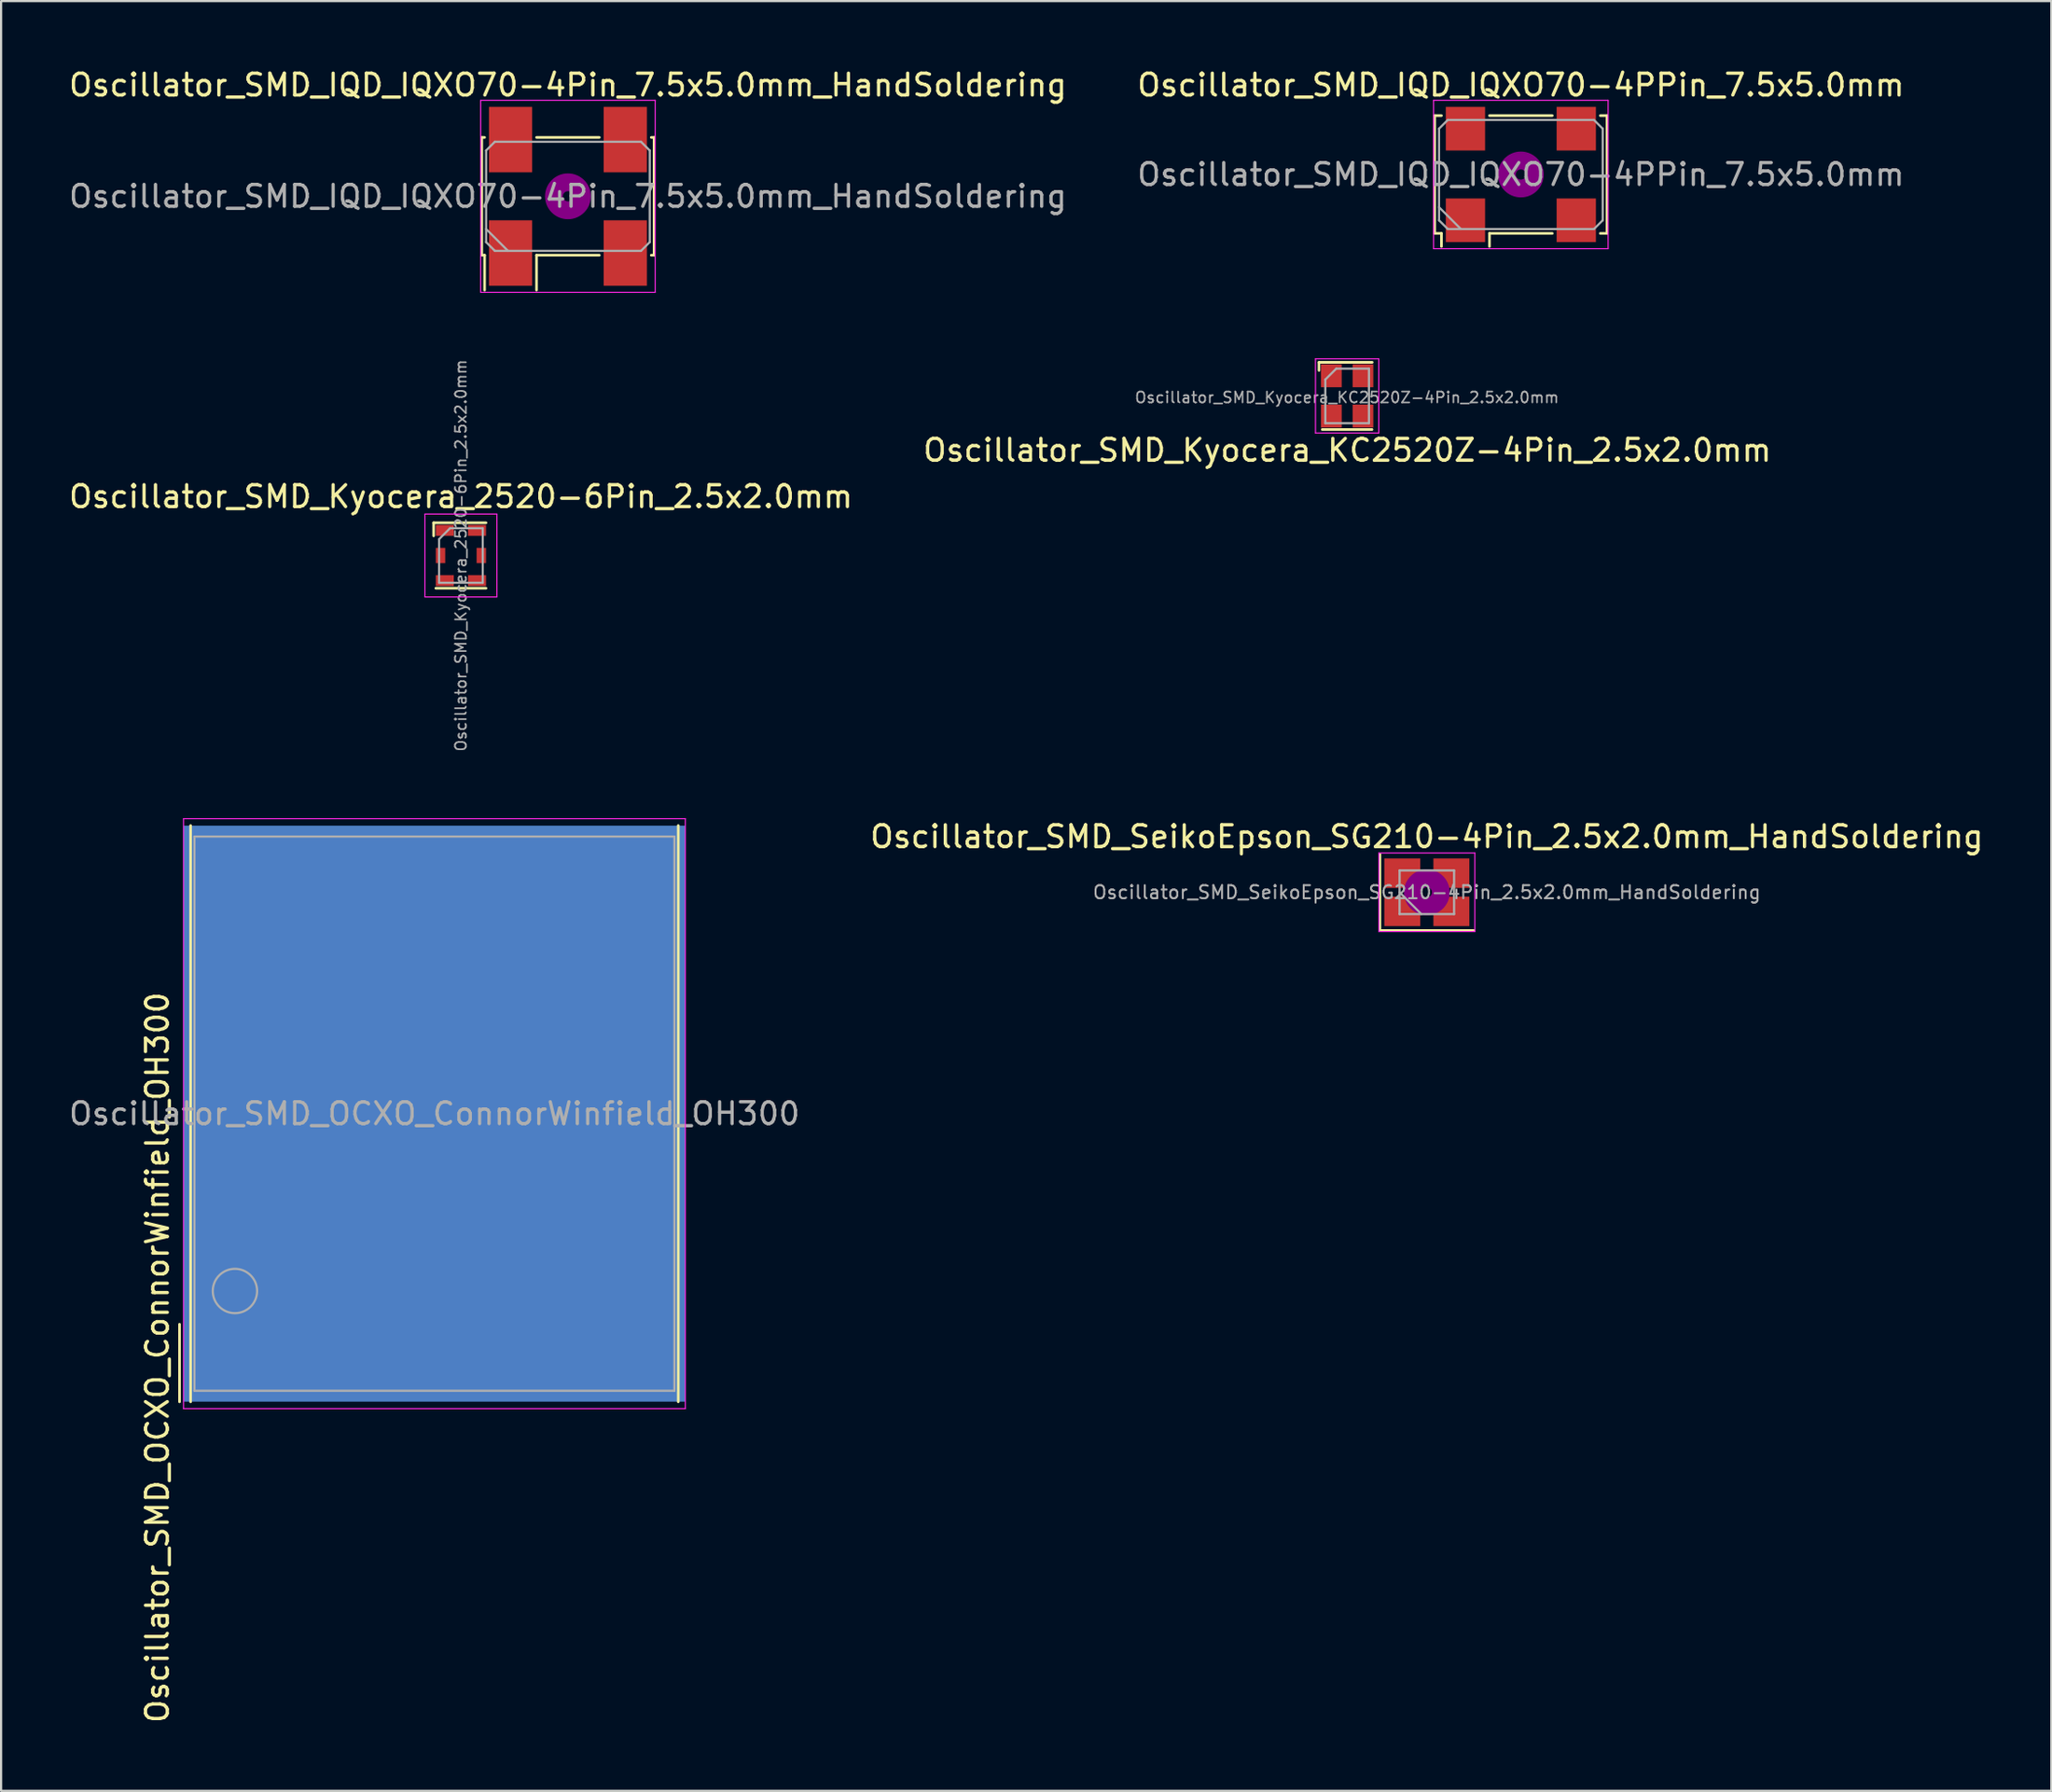
<source format=kicad_pcb>
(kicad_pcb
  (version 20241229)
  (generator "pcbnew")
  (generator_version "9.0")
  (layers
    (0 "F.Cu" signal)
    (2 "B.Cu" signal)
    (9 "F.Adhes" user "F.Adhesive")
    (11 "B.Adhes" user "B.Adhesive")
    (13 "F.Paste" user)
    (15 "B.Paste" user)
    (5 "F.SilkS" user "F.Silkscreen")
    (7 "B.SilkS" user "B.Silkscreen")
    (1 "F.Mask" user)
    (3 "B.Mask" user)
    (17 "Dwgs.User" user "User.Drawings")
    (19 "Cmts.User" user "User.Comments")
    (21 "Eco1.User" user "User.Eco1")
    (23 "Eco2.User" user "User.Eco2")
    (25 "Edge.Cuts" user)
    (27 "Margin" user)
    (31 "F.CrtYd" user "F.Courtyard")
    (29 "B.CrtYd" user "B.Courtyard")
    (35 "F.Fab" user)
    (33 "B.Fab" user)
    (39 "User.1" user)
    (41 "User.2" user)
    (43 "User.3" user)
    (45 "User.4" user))
  (footprint "Oscillator_SMD_SeikoEpson_SG210-4Pin_2.5x2.0mm_HandSoldering"
    (layer "F.Cu")
    (at 62.351 37.849)
    (property "Reference" "Oscillator_SMD_SeikoEpson_SG210-4Pin_2.5x2.0mm_HandSoldering" (at 0 -2.55 0) (layer "F.SilkS") (effects (font (size 1 1) (thickness 0.15))))
    (attr smd)
    (fp_line (start -2.15 -1.75) (end -2.15 1.75) (stroke (width 0.12) (type solid)) (layer "F.SilkS"))
    (fp_line (start -2.15 1.75) (end 2.15 1.75) (stroke (width 0.12) (type solid)) (layer "F.SilkS"))
    (fp_circle (center 0 0) (end 0.233 0) (stroke (width 0.467) (type solid)) (fill no) (layer "F.Adhes"))
    (fp_circle (center 0 0) (end 0.533 0) (stroke (width 0.333) (type solid)) (fill no) (layer "F.Adhes"))
    (fp_circle (center 0 0) (end 0.833 0) (stroke (width 0.333) (type solid)) (fill no) (layer "F.Adhes"))
    (fp_circle (center 0 0) (end 1 0) (stroke (width 0.1) (type solid)) (fill no) (layer "F.Adhes"))
    (fp_line (start -2.2 -1.8) (end -2.2 1.8) (stroke (width 0.05) (type solid)) (layer "F.CrtYd"))
    (fp_line (start -2.2 1.8) (end 2.2 1.8) (stroke (width 0.05) (type solid)) (layer "F.CrtYd"))
    (fp_line (start 2.2 -1.8) (end -2.2 -1.8) (stroke (width 0.05) (type solid)) (layer "F.CrtYd"))
    (fp_line (start 2.2 1.8) (end 2.2 -1.8) (stroke (width 0.05) (type solid)) (layer "F.CrtYd"))
    (fp_line (start -1.25 -1) (end -1.25 1) (stroke (width 0.1) (type solid)) (layer "F.Fab"))
    (fp_line (start -1.25 0) (end -0.25 1) (stroke (width 0.1) (type solid)) (layer "F.Fab"))
    (fp_line (start -1.25 1) (end 1.25 1) (stroke (width 0.1) (type solid)) (layer "F.Fab"))
    (fp_line (start 1.25 -1) (end -1.25 -1) (stroke (width 0.1) (type solid)) (layer "F.Fab"))
    (fp_line (start 1.25 1) (end 1.25 -1) (stroke (width 0.1) (type solid)) (layer "F.Fab"))
    (fp_text user "${REFERENCE}" (at 0 0 0) (layer "F.Fab") (effects (font (size 0.6 0.6) (thickness 0.09))))
    (pad "1" smd rect (at -1.125 0.875) (size 1.65 1.35) (layers "F.Cu" "F.Mask" "F.Paste"))
    (pad "2" smd rect (at 1.125 0.875) (size 1.65 1.35) (layers "F.Cu" "F.Mask" "F.Paste"))
    (pad "3" smd rect (at 1.125 -0.875) (size 1.65 1.35) (layers "F.Cu" "F.Mask" "F.Paste"))
    (pad "4" smd rect (at -1.125 -0.875) (size 1.65 1.35) (layers "F.Cu" "F.Mask" "F.Paste")))
  (footprint "Oscillator_SMD_IQD_IQXO70-4PPin_7.5x5.0mm"
    (layer "F.Cu")
    (at 66.661 4.948)
    (property "Reference" "Oscillator_SMD_IQD_IQXO70-4PPin_7.5x5.0mm" (at 0 -4.1 0) (layer "F.SilkS") (effects (font (size 1 1) (thickness 0.15))))
    (attr smd)
    (fp_line (start -3.95 -2.7) (end -3.64 -2.7) (stroke (width 0.12) (type solid)) (layer "F.SilkS"))
    (fp_line (start -3.95 2.7) (end -3.95 -2.7) (stroke (width 0.12) (type solid)) (layer "F.SilkS"))
    (fp_line (start -3.64 2.7) (end -3.95 2.7) (stroke (width 0.12) (type solid)) (layer "F.SilkS"))
    (fp_line (start -3.64 3.3) (end -3.64 2.7) (stroke (width 0.12) (type solid)) (layer "F.SilkS"))
    (fp_line (start -1.44 -2.7) (end 1.44 -2.7) (stroke (width 0.12) (type solid)) (layer "F.SilkS"))
    (fp_line (start -1.44 2.7) (end -1.44 3.3) (stroke (width 0.12) (type solid)) (layer "F.SilkS"))
    (fp_line (start 1.44 2.7) (end -1.44 2.7) (stroke (width 0.12) (type solid)) (layer "F.SilkS"))
    (fp_line (start 3.64 -2.7) (end 3.95 -2.7) (stroke (width 0.12) (type solid)) (layer "F.SilkS"))
    (fp_line (start 3.95 -2.7) (end 3.95 2.7) (stroke (width 0.12) (type solid)) (layer "F.SilkS"))
    (fp_line (start 3.95 2.7) (end 3.64 2.7) (stroke (width 0.12) (type solid)) (layer "F.SilkS"))
    (fp_circle (center 0 0) (end 0.233 0) (stroke (width 0.467) (type solid)) (fill no) (layer "F.Adhes"))
    (fp_circle (center 0 0) (end 0.533 0) (stroke (width 0.333) (type solid)) (fill no) (layer "F.Adhes"))
    (fp_circle (center 0 0) (end 0.833 0) (stroke (width 0.333) (type solid)) (fill no) (layer "F.Adhes"))
    (fp_circle (center 0 0) (end 1 0) (stroke (width 0.1) (type solid)) (fill no) (layer "F.Adhes"))
    (fp_line (start -4 -3.4) (end -4 3.4) (stroke (width 0.05) (type solid)) (layer "F.CrtYd"))
    (fp_line (start -4 3.4) (end 4 3.4) (stroke (width 0.05) (type solid)) (layer "F.CrtYd"))
    (fp_line (start 4 -3.4) (end -4 -3.4) (stroke (width 0.05) (type solid)) (layer "F.CrtYd"))
    (fp_line (start 4 3.4) (end 4 -3.4) (stroke (width 0.05) (type solid)) (layer "F.CrtYd"))
    (fp_line (start -3.75 -2.1) (end -3.35 -2.5) (stroke (width 0.1) (type solid)) (layer "F.Fab"))
    (fp_line (start -3.75 1.5) (end -2.75 2.5) (stroke (width 0.1) (type solid)) (layer "F.Fab"))
    (fp_line (start -3.75 2.1) (end -3.75 -2.1) (stroke (width 0.1) (type solid)) (layer "F.Fab"))
    (fp_line (start -3.35 -2.5) (end 3.35 -2.5) (stroke (width 0.1) (type solid)) (layer "F.Fab"))
    (fp_line (start -3.35 2.5) (end -3.75 2.1) (stroke (width 0.1) (type solid)) (layer "F.Fab"))
    (fp_line (start 3.35 -2.5) (end 3.75 -2.1) (stroke (width 0.1) (type solid)) (layer "F.Fab"))
    (fp_line (start 3.35 2.5) (end -3.35 2.5) (stroke (width 0.1) (type solid)) (layer "F.Fab"))
    (fp_line (start 3.75 -2.1) (end 3.75 2.1) (stroke (width 0.1) (type solid)) (layer "F.Fab"))
    (fp_line (start 3.75 2.1) (end 3.35 2.5) (stroke (width 0.1) (type solid)) (layer "F.Fab"))
    (fp_text user "${REFERENCE}" (at 0 0 0) (layer "F.Fab") (effects (font (size 1 1) (thickness 0.15))))
    (pad "1" smd rect (at -2.54 2.1) (size 1.8 2) (layers "F.Cu" "F.Mask" "F.Paste"))
    (pad "2" smd rect (at 2.54 2.1) (size 1.8 2) (layers "F.Cu" "F.Mask" "F.Paste"))
    (pad "3" smd rect (at 2.54 -2.1) (size 1.8 2) (layers "F.Cu" "F.Mask" "F.Paste"))
    (pad "4" smd rect (at -2.54 -2.1) (size 1.8 2) (layers "F.Cu" "F.Mask" "F.Paste")))
  (footprint "Oscillator_SMD_IQD_IQXO70-4Pin_7.5x5.0mm_HandSoldering"
    (layer "F.Cu")
    (at 22.982 5.948)
    (property "Reference" "Oscillator_SMD_IQD_IQXO70-4Pin_7.5x5.0mm_HandSoldering" (at 0 -5.1 0) (layer "F.SilkS") (effects (font (size 1 1) (thickness 0.15))))
    (attr smd)
    (fp_line (start -3.95 -2.7) (end -3.82 -2.7) (stroke (width 0.12) (type solid)) (layer "F.SilkS"))
    (fp_line (start -3.95 2.7) (end -3.95 -2.7) (stroke (width 0.12) (type solid)) (layer "F.SilkS"))
    (fp_line (start -3.82 2.7) (end -3.95 2.7) (stroke (width 0.12) (type solid)) (layer "F.SilkS"))
    (fp_line (start -3.82 4.3) (end -3.82 2.7) (stroke (width 0.12) (type solid)) (layer "F.SilkS"))
    (fp_line (start -1.44 -2.7) (end 1.44 -2.7) (stroke (width 0.12) (type solid)) (layer "F.SilkS"))
    (fp_line (start -1.44 2.7) (end -1.44 4.3) (stroke (width 0.12) (type solid)) (layer "F.SilkS"))
    (fp_line (start 1.44 2.7) (end -1.44 2.7) (stroke (width 0.12) (type solid)) (layer "F.SilkS"))
    (fp_line (start 3.82 -2.7) (end 3.95 -2.7) (stroke (width 0.12) (type solid)) (layer "F.SilkS"))
    (fp_line (start 3.95 -2.7) (end 3.95 2.7) (stroke (width 0.12) (type solid)) (layer "F.SilkS"))
    (fp_line (start 3.95 2.7) (end 3.82 2.7) (stroke (width 0.12) (type solid)) (layer "F.SilkS"))
    (fp_circle (center 0 0) (end 0.233 0) (stroke (width 0.467) (type solid)) (fill no) (layer "F.Adhes"))
    (fp_circle (center 0 0) (end 0.533 0) (stroke (width 0.333) (type solid)) (fill no) (layer "F.Adhes"))
    (fp_circle (center 0 0) (end 0.833 0) (stroke (width 0.333) (type solid)) (fill no) (layer "F.Adhes"))
    (fp_circle (center 0 0) (end 1 0) (stroke (width 0.1) (type solid)) (fill no) (layer "F.Adhes"))
    (fp_line (start -4 -4.4) (end -4 4.4) (stroke (width 0.05) (type solid)) (layer "F.CrtYd"))
    (fp_line (start -4 4.4) (end 4 4.4) (stroke (width 0.05) (type solid)) (layer "F.CrtYd"))
    (fp_line (start 4 -4.4) (end -4 -4.4) (stroke (width 0.05) (type solid)) (layer "F.CrtYd"))
    (fp_line (start 4 4.4) (end 4 -4.4) (stroke (width 0.05) (type solid)) (layer "F.CrtYd"))
    (fp_line (start -3.75 -2.1) (end -3.35 -2.5) (stroke (width 0.1) (type solid)) (layer "F.Fab"))
    (fp_line (start -3.75 1.5) (end -2.75 2.5) (stroke (width 0.1) (type solid)) (layer "F.Fab"))
    (fp_line (start -3.75 2.1) (end -3.75 -2.1) (stroke (width 0.1) (type solid)) (layer "F.Fab"))
    (fp_line (start -3.35 -2.5) (end 3.35 -2.5) (stroke (width 0.1) (type solid)) (layer "F.Fab"))
    (fp_line (start -3.35 2.5) (end -3.75 2.1) (stroke (width 0.1) (type solid)) (layer "F.Fab"))
    (fp_line (start 3.35 -2.5) (end 3.75 -2.1) (stroke (width 0.1) (type solid)) (layer "F.Fab"))
    (fp_line (start 3.35 2.5) (end -3.35 2.5) (stroke (width 0.1) (type solid)) (layer "F.Fab"))
    (fp_line (start 3.75 -2.1) (end 3.75 2.1) (stroke (width 0.1) (type solid)) (layer "F.Fab"))
    (fp_line (start 3.75 2.1) (end 3.35 2.5) (stroke (width 0.1) (type solid)) (layer "F.Fab"))
    (fp_text user "${REFERENCE}" (at 0 0 0) (layer "F.Fab") (effects (font (size 1 1) (thickness 0.15))))
    (pad "1" smd rect (at -2.63 2.6) (size 1.98 3) (layers "F.Cu" "F.Mask" "F.Paste"))
    (pad "2" smd rect (at 2.63 2.6) (size 1.98 3) (layers "F.Cu" "F.Mask" "F.Paste"))
    (pad "3" smd rect (at 2.63 -2.6) (size 1.98 3) (layers "F.Cu" "F.Mask" "F.Paste"))
    (pad "4" smd rect (at -2.63 -2.6) (size 1.98 3) (layers "F.Cu" "F.Mask" "F.Paste")))
  (footprint "Oscillator_SMD_Kyocera_2520-6Pin_2.5x2.0mm"
    (layer "F.Cu")
    (at 18.077 22.412)
    (property "Reference" "Oscillator_SMD_Kyocera_2520-6Pin_2.5x2.0mm" (at 0 -2.7 0) (layer "F.SilkS") (effects (font (size 1 1) (thickness 0.15))))
    (attr smd)
    (fp_line (start -1.25 -1.5) (end -1.25 -0.9) (stroke (width 0.12) (type solid)) (layer "F.SilkS"))
    (fp_line (start -1.15 1.5) (end 1.15 1.5) (stroke (width 0.12) (type solid)) (layer "F.SilkS"))
    (fp_line (start 1.15 -1.5) (end -1.25 -1.5) (stroke (width 0.12) (type solid)) (layer "F.SilkS"))
    (fp_line (start -1.65 -1.9) (end 1.65 -1.9) (stroke (width 0.05) (type solid)) (layer "F.CrtYd"))
    (fp_line (start -1.65 1.9) (end -1.65 -1.9) (stroke (width 0.05) (type solid)) (layer "F.CrtYd"))
    (fp_line (start 1.65 -1.9) (end 1.65 1.9) (stroke (width 0.05) (type solid)) (layer "F.CrtYd"))
    (fp_line (start 1.65 1.9) (end -1.65 1.9) (stroke (width 0.05) (type solid)) (layer "F.CrtYd"))
    (fp_line (start -1 -0.75) (end -0.5 -1.25) (stroke (width 0.1) (type solid)) (layer "F.Fab"))
    (fp_line (start -1 1.25) (end -1 -0.75) (stroke (width 0.1) (type solid)) (layer "F.Fab"))
    (fp_line (start -0.5 -1.25) (end 1 -1.25) (stroke (width 0.1) (type solid)) (layer "F.Fab"))
    (fp_line (start 1 -1.25) (end 1 1.25) (stroke (width 0.1) (type solid)) (layer "F.Fab"))
    (fp_line (start 1 1.25) (end -1 1.25) (stroke (width 0.1) (type solid)) (layer "F.Fab"))
    (fp_text user "${REFERENCE}" (at 0 0 90) (layer "F.Fab") (effects (font (size 0.5 0.5) (thickness 0.075))))
    (pad "1" smd rect (at -0.738 -1.15) (size 0.825 0.5) (layers "F.Cu" "F.Mask" "F.Paste"))
    (pad "2" smd rect (at -0.935 0) (size 0.43 0.7) (layers "F.Cu" "F.Mask" "F.Paste"))
    (pad "3" smd rect (at -0.738 1.15) (size 0.825 0.5) (layers "F.Cu" "F.Mask" "F.Paste"))
    (pad "4" smd rect (at 0.738 1.15) (size 0.825 0.5) (layers "F.Cu" "F.Mask" "F.Paste"))
    (pad "5" smd rect (at 0.935 0) (size 0.43 0.7) (layers "F.Cu" "F.Mask" "F.Paste"))
    (pad "6" smd rect (at 0.738 -1.15) (size 0.825 0.5) (layers "F.Cu" "F.Mask" "F.Paste")))
  (footprint "Oscillator_SMD_Kyocera_KC2520Z-4Pin_2.5x2.0mm"
    (layer "F.Cu")
    (at 58.698 15.098)
    (property "Reference" "Oscillator_SMD_Kyocera_KC2520Z-4Pin_2.5x2.0mm" (at 0.01 2.49 0) (layer "F.SilkS") (effects (font (size 1 1) (thickness 0.15))))
    (attr smd)
    (fp_line (start -1.29 -1.54) (end 1.15 -1.54) (stroke (width 0.12) (type solid)) (layer "F.SilkS"))
    (fp_line (start -1.29 -1.17) (end -1.29 -1.54) (stroke (width 0.12) (type solid)) (layer "F.SilkS"))
    (fp_line (start 1.14 1.54) (end -1.14 1.54) (stroke (width 0.12) (type solid)) (layer "F.SilkS"))
    (fp_line (start -1.45 -1.7) (end 1.45 -1.7) (stroke (width 0.05) (type solid)) (layer "F.CrtYd"))
    (fp_line (start -1.45 1.7) (end -1.45 -1.7) (stroke (width 0.05) (type solid)) (layer "F.CrtYd"))
    (fp_line (start 1.45 -1.7) (end 1.45 1.7) (stroke (width 0.05) (type solid)) (layer "F.CrtYd"))
    (fp_line (start 1.45 1.7) (end -1.45 1.7) (stroke (width 0.05) (type solid)) (layer "F.CrtYd"))
    (fp_line (start -1 1.25) (end -1 -0.75) (stroke (width 0.1) (type solid)) (layer "F.Fab"))
    (fp_line (start -0.5 -1.25) (end -1 -0.75) (stroke (width 0.1) (type solid)) (layer "F.Fab"))
    (fp_line (start -0.5 -1.25) (end 1 -1.25) (stroke (width 0.1) (type solid)) (layer "F.Fab"))
    (fp_line (start 1 -1.25) (end 1 1.25) (stroke (width 0.1) (type solid)) (layer "F.Fab"))
    (fp_line (start 1 1.25) (end -1 1.25) (stroke (width 0.1) (type solid)) (layer "F.Fab"))
    (fp_text user "${REFERENCE}" (at -0.01 0.07 0) (layer "F.Fab") (effects (font (size 0.5 0.5) (thickness 0.075))))
    (pad "1" smd rect (at -0.725 -0.925) (size 0.95 1.05) (layers "F.Cu" "F.Mask" "F.Paste"))
    (pad "2" smd rect (at -0.725 0.925) (size 0.95 1.05) (layers "F.Cu" "F.Mask" "F.Paste"))
    (pad "3" smd rect (at 0.725 0.925) (size 0.95 1.05) (layers "F.Cu" "F.Mask" "F.Paste"))
    (pad "4" smd rect (at 0.725 -0.925) (size 0.95 1.05) (layers "F.Cu" "F.Mask" "F.Paste")))
  (footprint "Oscillator_SMD_OCXO_ConnorWinfield_OH300"
    (layer "F.Cu")
    (at 16.863 47.996)
    (property "Reference" "Oscillator_SMD_OCXO_ConnorWinfield_OH300" (at -12.7 11.176 90) (layer "F.SilkS") (effects (font (size 1 1) (thickness 0.15))))
    (attr smd)
    (fp_line (start -11.684 9.652) (end -11.684 13.208) (stroke (width 0.12) (type solid)) (layer "F.SilkS"))
    (fp_line (start -11.176 13.208) (end -11.176 -13.208) (stroke (width 0.12) (type solid)) (layer "F.SilkS"))
    (fp_line (start 11.176 -13.208) (end 11.176 13.208) (stroke (width 0.12) (type solid)) (layer "F.SilkS"))
    (fp_line (start -11.5 -13.52) (end -11.5 13.52) (stroke (width 0.05) (type solid)) (layer "F.CrtYd"))
    (fp_line (start -11.5 13.52) (end 11.5 13.52) (stroke (width 0.05) (type solid)) (layer "F.CrtYd"))
    (fp_line (start 11.5 -13.52) (end -11.5 -13.52) (stroke (width 0.05) (type solid)) (layer "F.CrtYd"))
    (fp_line (start 11.5 13.52) (end 11.5 -13.52) (stroke (width 0.05) (type solid)) (layer "F.CrtYd"))
    (fp_line (start -11 -12.7) (end 11 -12.7) (stroke (width 0.1) (type solid)) (layer "F.Fab"))
    (fp_line (start -11 12.7) (end -11 -12.7) (stroke (width 0.1) (type solid)) (layer "F.Fab"))
    (fp_line (start 11 -12.7) (end 11 12.7) (stroke (width 0.1) (type solid)) (layer "F.Fab"))
    (fp_line (start 11 12.7) (end -11 12.7) (stroke (width 0.1) (type solid)) (layer "F.Fab"))
    (fp_circle (center -9.144 8.128) (end -8.128 8.128) (stroke (width 0.1) (type solid)) (fill no) (layer "F.Fab"))
    (fp_text user "${REFERENCE}" (at 0 0 0) (layer "F.Fab") (effects (font (size 1 1) (thickness 0.15))))
    (pad "1" smd rect (at -8.89 11.493) (size 3.048 3.175) (layers "F.Cu" "F.Mask" "F.Paste"))
    (pad "2" smd rect (at 0 11.493) (size 3.048 3.175) (layers "F.Cu" "F.Mask" "F.Paste"))
    (pad "3" smd rect (at 8.89 11.493) (size 3.048 3.175) (layers "F.Cu" "F.Mask" "F.Paste"))
    (pad "4" smd rect (at 8.89 -11.493) (size 3.048 3.175) (layers "F.Cu" "F.Mask" "F.Paste"))
    (pad "5" smd rect (at 3.81 -11.493) (size 3.048 3.175) (layers "F.Cu" "F.Mask" "F.Paste"))
    (pad "6" smd rect (at -3.81 -11.493) (size 3.048 3.175) (layers "F.Cu" "F.Mask" "F.Paste"))
    (pad "7" smd rect (at -8.89 -11.493) (size 3.048 3.175) (layers "F.Cu" "F.Mask" "F.Paste"))
    (pad "7" smd rect (at 0 0) (size 23 26.4) (layers "B.Cu")))
  (gr_rect
    (start -3 -3)
    (end 90.976 79.035)
    (stroke (width 0.1) (type default))
    (fill no)
    (layer "Edge.Cuts")))
</source>
